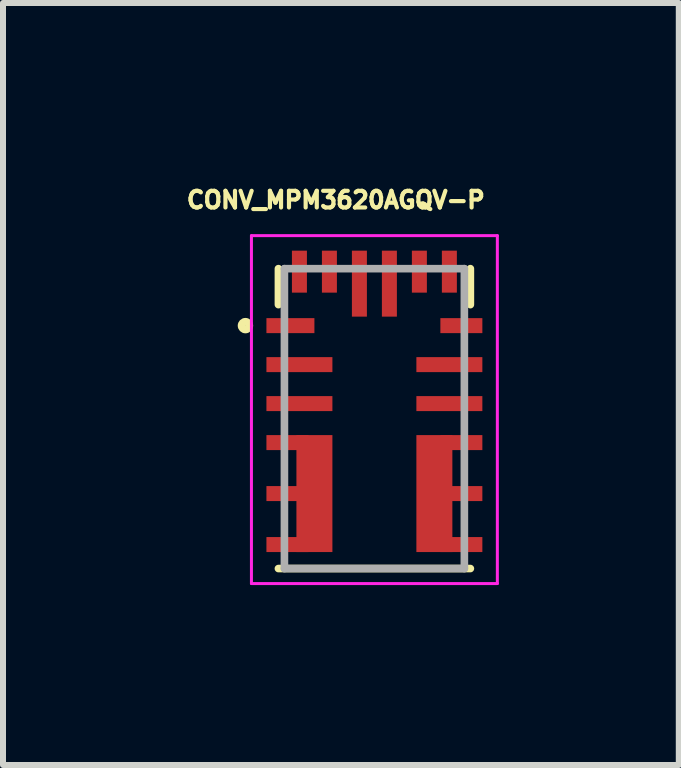
<source format=kicad_pcb>
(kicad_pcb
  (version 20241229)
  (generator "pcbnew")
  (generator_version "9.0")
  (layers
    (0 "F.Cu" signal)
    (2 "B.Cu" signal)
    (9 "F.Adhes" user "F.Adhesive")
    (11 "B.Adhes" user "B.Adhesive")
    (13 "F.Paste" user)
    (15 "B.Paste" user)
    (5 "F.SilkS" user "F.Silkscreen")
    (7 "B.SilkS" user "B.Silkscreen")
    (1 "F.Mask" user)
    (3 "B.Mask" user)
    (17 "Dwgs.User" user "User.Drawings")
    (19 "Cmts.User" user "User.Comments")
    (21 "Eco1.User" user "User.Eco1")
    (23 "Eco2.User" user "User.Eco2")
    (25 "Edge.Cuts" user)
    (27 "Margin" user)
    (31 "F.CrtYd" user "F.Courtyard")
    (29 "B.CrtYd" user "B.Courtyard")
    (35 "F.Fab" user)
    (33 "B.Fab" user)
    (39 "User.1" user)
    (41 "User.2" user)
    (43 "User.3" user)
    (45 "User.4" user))
  (footprint "CONV_MPM3620AGQV-P"
    (layer "F.Cu")
    (at 3.192 3.929)
    (property "Reference" "CONV_MPM3620AGQV-P" (at -0.643 -3.645 0) (layer "F.SilkS") (effects (font (size 0.278 0.278) (thickness 0.15))))
    (attr smd)
    (fp_line (start -1.6 -1.9) (end -1.6 -2.5) (stroke (width 0.127) (type solid)) (layer "F.SilkS"))
    (fp_line (start -1.6 2.5) (end 1.6 2.5) (stroke (width 0.127) (type solid)) (layer "F.SilkS"))
    (fp_line (start 1.6 -1.9) (end 1.6 -2.5) (stroke (width 0.127) (type solid)) (layer "F.SilkS"))
    (fp_circle (center -2.15 -1.55) (end -2.085 -1.55) (stroke (width 0.127) (type solid)) (fill no) (layer "F.SilkS"))
    (fp_line (start -2.05 -3.05) (end 2.05 -3.05) (stroke (width 0.05) (type solid)) (layer "F.CrtYd"))
    (fp_line (start -2.05 2.75) (end -2.05 -3.05) (stroke (width 0.05) (type solid)) (layer "F.CrtYd"))
    (fp_line (start 2.05 -3.05) (end 2.05 2.75) (stroke (width 0.05) (type solid)) (layer "F.CrtYd"))
    (fp_line (start 2.05 2.75) (end -2.05 2.75) (stroke (width 0.05) (type solid)) (layer "F.CrtYd"))
    (fp_line (start -1.5 -2.5) (end -1.5 2.5) (stroke (width 0.127) (type solid)) (layer "F.Fab"))
    (fp_line (start -1.5 2.5) (end 1.5 2.5) (stroke (width 0.127) (type solid)) (layer "F.Fab"))
    (fp_line (start 1.5 -2.5) (end -1.5 -2.5) (stroke (width 0.127) (type solid)) (layer "F.Fab"))
    (fp_line (start 1.5 2.5) (end 1.5 -2.5) (stroke (width 0.127) (type solid)) (layer "F.Fab"))
    (pad "1" smd rect (at -1.4 -1.55) (size 0.8 0.25) (layers "F.Cu" "F.Mask" "F.Paste"))
    (pad "2" smd rect (at -1.25 -0.9) (size 1.1 0.25) (layers "F.Cu" "F.Mask" "F.Paste"))
    (pad "3" smd rect (at -1.25 -0.25) (size 1.1 0.25) (layers "F.Cu" "F.Mask" "F.Paste"))
    (pad "4" smd rect (at -1.45 0.4) (size 0.7 0.25) (layers "F.Cu" "F.Mask" "F.Paste"))
    (pad "5" smd rect (at -1.45 1.25) (size 0.7 0.25) (layers "F.Cu" "F.Mask" "F.Paste"))
    (pad "6" smd rect (at -1.45 2.1) (size 0.7 0.25) (layers "F.Cu" "F.Mask" "F.Paste"))
    (pad "7" smd rect (at 1.45 2.1) (size 0.7 0.25) (layers "F.Cu" "F.Mask" "F.Paste"))
    (pad "8" smd rect (at 1.45 1.25) (size 0.7 0.25) (layers "F.Cu" "F.Mask" "F.Paste"))
    (pad "9" smd rect (at 1.45 0.4) (size 0.7 0.25) (layers "F.Cu" "F.Mask" "F.Paste"))
    (pad "10" smd rect (at 1.25 -0.25) (size 1.1 0.25) (layers "F.Cu" "F.Mask" "F.Paste"))
    (pad "11" smd rect (at 1.25 -0.9) (size 1.1 0.25) (layers "F.Cu" "F.Mask" "F.Paste"))
    (pad "12" smd rect (at 1.45 -1.55) (size 0.7 0.25) (layers "F.Cu" "F.Mask" "F.Paste"))
    (pad "13" smd rect (at 1.25 -2.45) (size 0.25 0.7) (layers "F.Cu" "F.Mask" "F.Paste"))
    (pad "14" smd rect (at 0.75 -2.45) (size 0.25 0.7) (layers "F.Cu" "F.Mask" "F.Paste"))
    (pad "15" smd rect (at 0.25 -2.25) (size 0.25 1.1) (layers "F.Cu" "F.Mask" "F.Paste"))
    (pad "16" smd rect (at -0.25 -2.25) (size 0.25 1.1) (layers "F.Cu" "F.Mask" "F.Paste"))
    (pad "17" smd rect (at -0.75 -2.45) (size 0.25 0.7) (layers "F.Cu" "F.Mask" "F.Paste"))
    (pad "18" smd rect (at -1.25 -2.45) (size 0.25 0.7) (layers "F.Cu" "F.Mask" "F.Paste"))
    (pad "19" smd rect (at -1 1.25) (size 0.6 1.95) (layers "F.Cu" "F.Mask" "F.Paste"))
    (pad "20" smd rect (at 1 1.25) (size 0.6 1.95) (layers "F.Cu" "F.Mask" "F.Paste"))
    (zone (net_name "") (layer "F.Cu") (hatch full 0.508) (connect_pads) (min_thickness 0.01) (filled_areas_thickness no) (keepout (tracks not_allowed) (vias not_allowed) (pads not_allowed) (copperpour not_allowed) (footprints allowed)) (placement (enabled no)) (fill) (polygon (pts (xy 2.616 2.959) (xy 3.767 2.959) (xy 3.767 3.749) (xy 2.616 3.749))))
    (zone (net_name "") (layers "F.Cu" "B.Cu") (hatch full 0.508) (connect_pads) (min_thickness 0.01) (filled_areas_thickness no) (keepout (tracks allowed) (vias not_allowed) (pads allowed) (copperpour allowed) (footprints allowed)) (placement (enabled no)) (fill) (polygon (pts (xy 2.617 2.959) (xy 3.767 2.959) (xy 3.767 3.749) (xy 2.617 3.749)))))
  (gr_rect
    (start -3 -3)
    (end 8.267 9.704)
    (stroke (width 0.1) (type default))
    (fill no)
    (layer "Edge.Cuts")))
</source>
